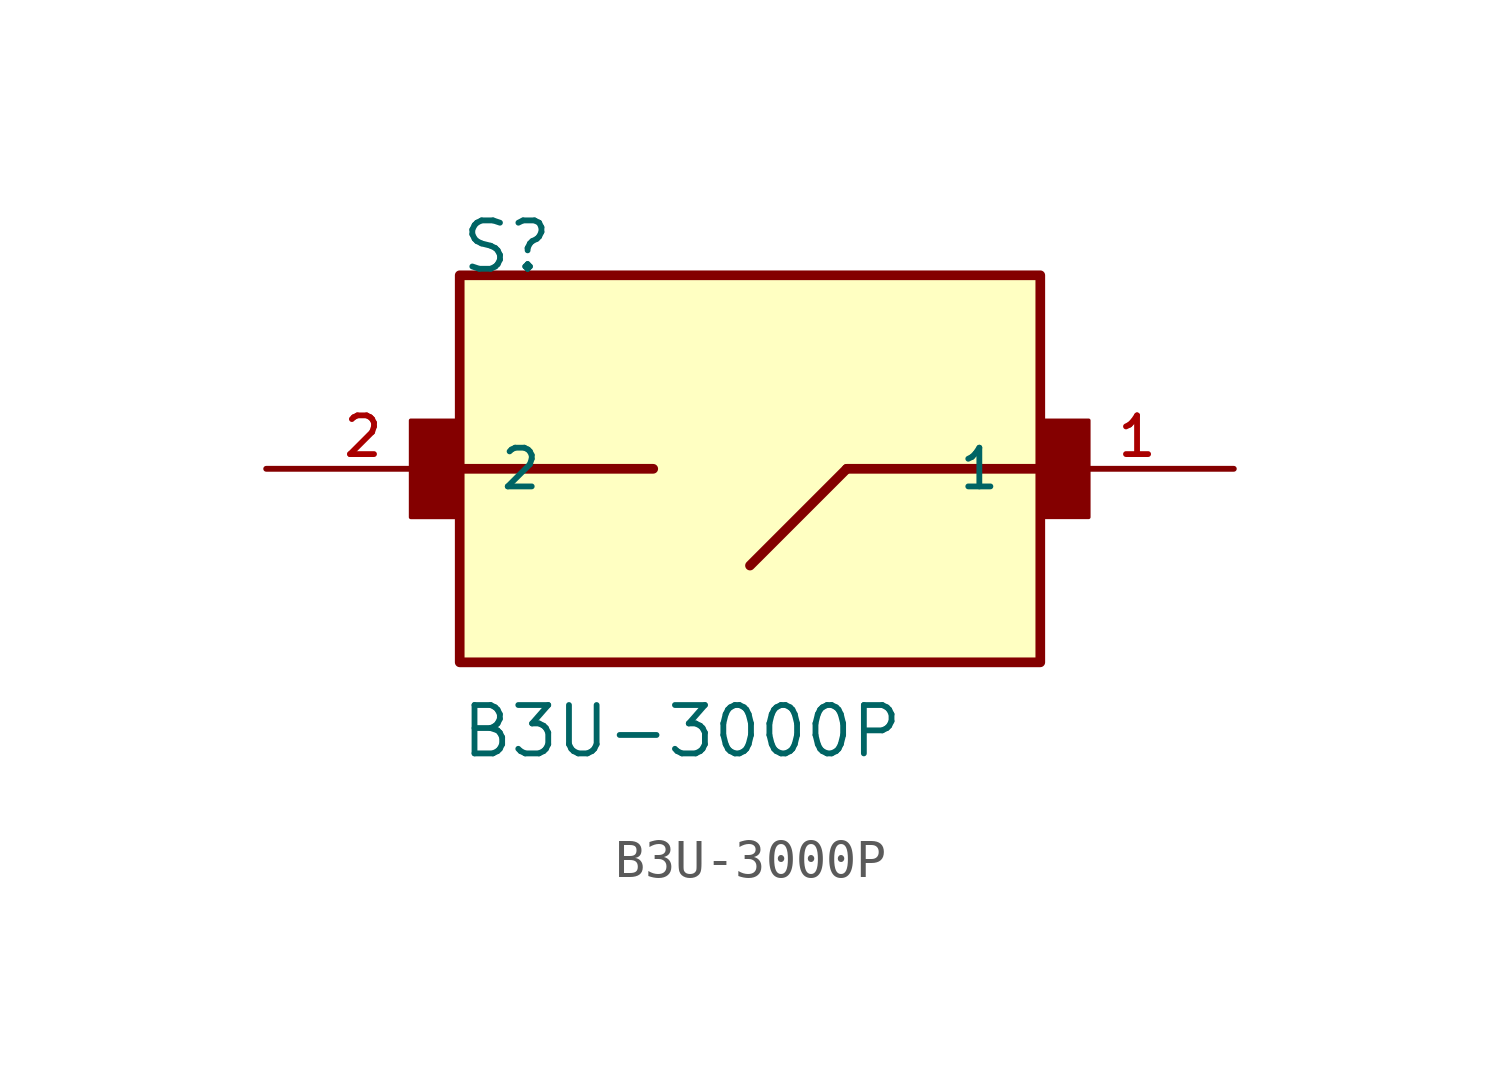
<source format=kicad_sym>
(kicad_symbol_lib
  (version 20211014)
  (generator kicad_symbol_editor)
  (symbol "B3U-3000P"
    (pin_names
      (offset 1.016))
    (property "Reference" "S"
      (at -7.631 5.087 0)
      (effects (font (size 1.27 1.27)) (justify bottom left)))
    (property "Value" "B3U-3000P"
      (at -7.634 -7.634 0)
      (effects (font (size 1.27 1.27)) (justify bottom left)))
    (symbol "B3U-3000P_0_0"
      (polyline (pts (xy -7.62 0.0) (xy -2.54 0.0)) (stroke (width 0.254)))
      (polyline (pts (xy 7.62 0.0) (xy 2.54 0.0)) (stroke (width 0.254)))
      (polyline (pts (xy 2.54 0.0) (xy 0.0 -2.54)) (stroke (width 0.254)))
      (rectangle (start -8.906 -1.272) (end -7.62 1.27) (stroke (width 0.1)) (fill (type outline)))
      (rectangle (start 7.628 -1.271) (end 8.89 1.27) (stroke (width 0.1)) (fill (type outline)))
      (rectangle (start -7.62 -5.08) (end 7.62 5.08) (stroke (width 0.254)) (fill (type background)))
      (pin passive line (at 12.7 0.0 180.0) (length 5.08) (name "1" (effects (font (size 1.016 1.016)))) (number "1" (effects (font (size 1.016 1.016)))))
      (pin passive line (at -12.7 0.0 0) (length 5.08) (name "2" (effects (font (size 1.016 1.016)))) (number "2" (effects (font (size 1.016 1.016))))))))
</source>
